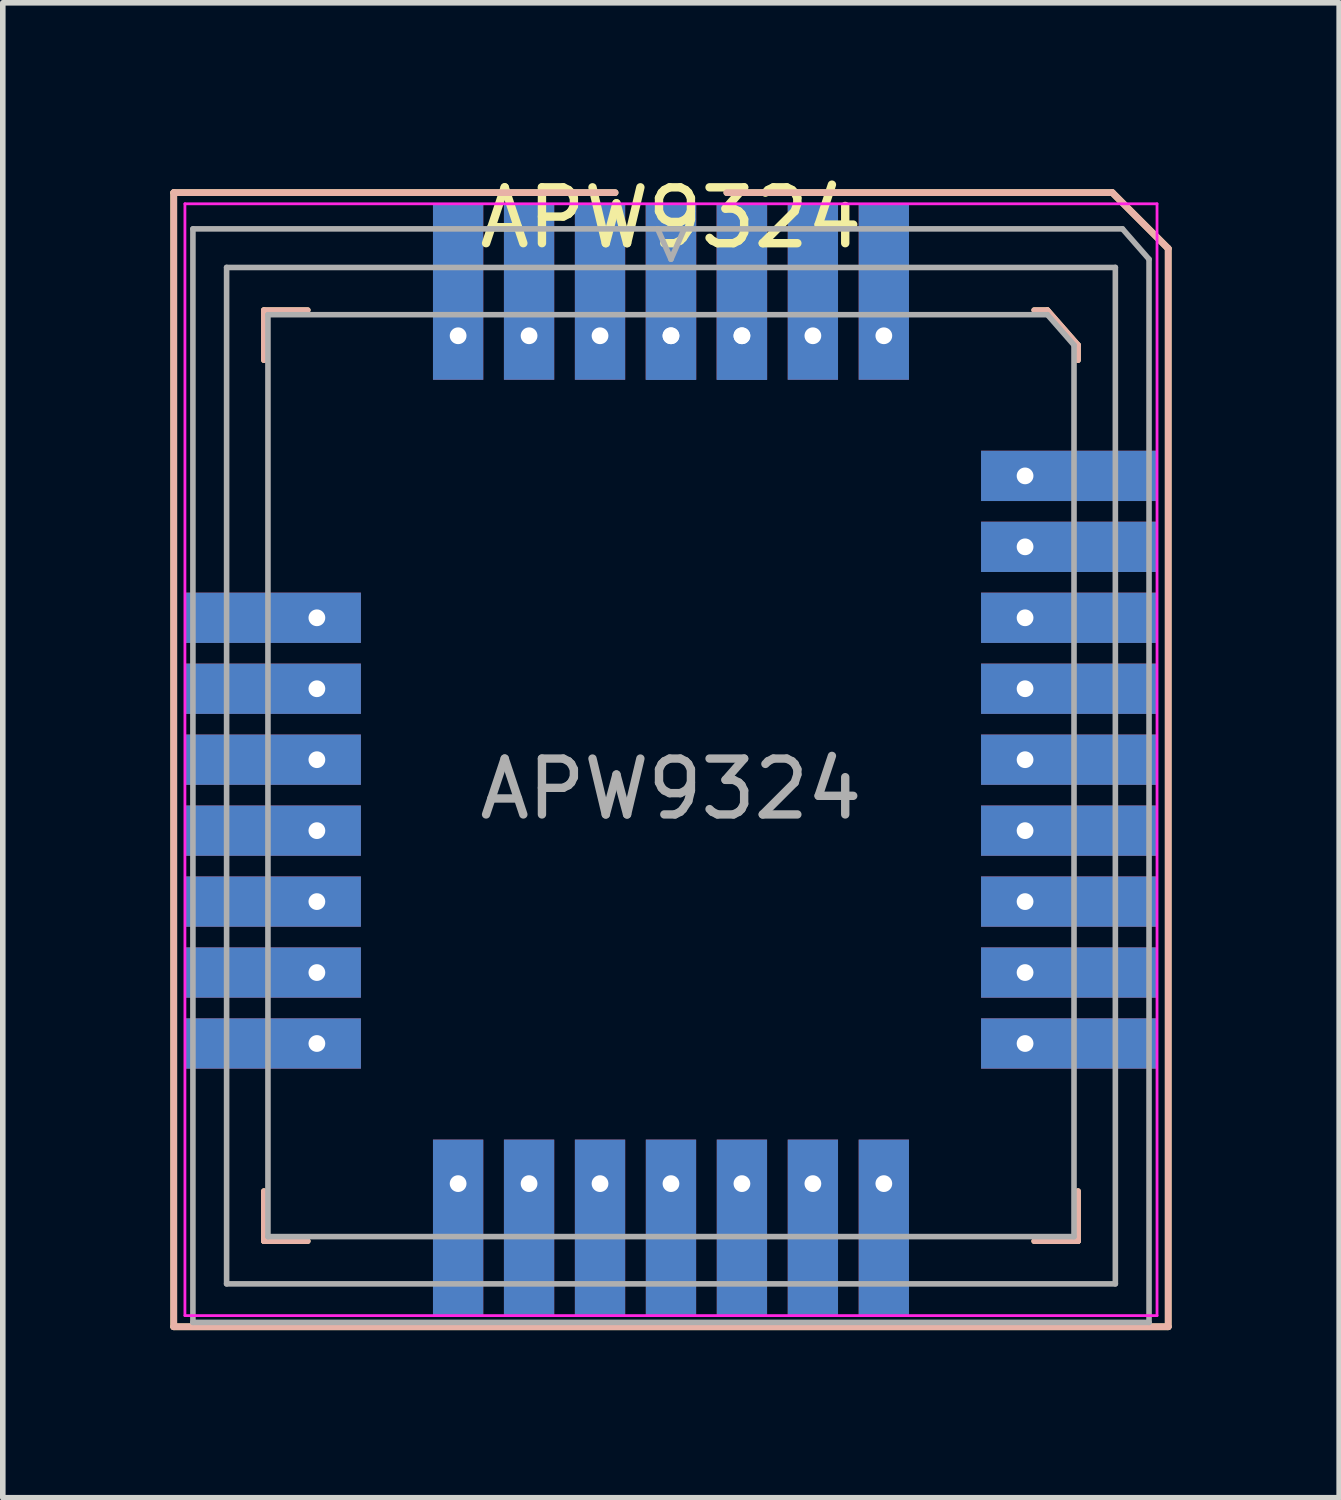
<source format=kicad_pcb>
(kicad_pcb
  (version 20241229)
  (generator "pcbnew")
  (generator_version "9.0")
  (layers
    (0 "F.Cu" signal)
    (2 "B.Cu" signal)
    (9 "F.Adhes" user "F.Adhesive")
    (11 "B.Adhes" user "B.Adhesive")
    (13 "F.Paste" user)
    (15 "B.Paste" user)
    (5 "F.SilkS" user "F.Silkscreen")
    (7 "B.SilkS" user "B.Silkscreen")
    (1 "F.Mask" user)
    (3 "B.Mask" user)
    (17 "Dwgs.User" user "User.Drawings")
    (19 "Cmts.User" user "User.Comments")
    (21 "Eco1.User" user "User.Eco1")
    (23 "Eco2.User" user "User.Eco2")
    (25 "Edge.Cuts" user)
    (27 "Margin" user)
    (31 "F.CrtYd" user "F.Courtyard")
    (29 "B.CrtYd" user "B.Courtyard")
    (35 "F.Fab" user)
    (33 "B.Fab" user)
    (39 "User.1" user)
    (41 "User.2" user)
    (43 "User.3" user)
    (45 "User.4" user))
  (footprint "APW9324"
    (layer "F.Cu")
    (at 8.96 10.548)
    (property "Reference" "APW9324" (at 0 -9.7 180) (layer "F.SilkS") (effects (font (size 1 1) (thickness 0.15))))
    (attr smd)
    (fp_line (start -8.9 -10.15) (end -1 -10.15) (stroke (width 0.12) (type solid)) (layer "F.SilkS"))
    (fp_line (start -8.9 10.15) (end -8.9 -10.15) (stroke (width 0.12) (type solid)) (layer "F.SilkS"))
    (fp_line (start -7.286 -8.047) (end -7.286 -7.15) (stroke (width 0.1) (type solid)) (layer "F.SilkS"))
    (fp_line (start -7.286 8.618) (end -7.286 7.721) (stroke (width 0.1) (type solid)) (layer "F.SilkS"))
    (fp_line (start -6.501 -8.047) (end -7.286 -8.047) (stroke (width 0.1) (type solid)) (layer "F.SilkS"))
    (fp_line (start -6.501 8.618) (end -7.286 8.618) (stroke (width 0.1) (type solid)) (layer "F.SilkS"))
    (fp_line (start 1 -10.15) (end 7.9 -10.15) (stroke (width 0.12) (type solid)) (layer "F.SilkS"))
    (fp_line (start 6.501 -8.047) (end 6.739 -8.047) (stroke (width 0.1) (type solid)) (layer "F.SilkS"))
    (fp_line (start 6.501 8.618) (end 7.286 8.618) (stroke (width 0.1) (type solid)) (layer "F.SilkS"))
    (fp_line (start 6.739 -8.047) (end 7.286 -7.422) (stroke (width 0.1) (type solid)) (layer "F.SilkS"))
    (fp_line (start 7.286 -7.422) (end 7.286 -7.15) (stroke (width 0.1) (type solid)) (layer "F.SilkS"))
    (fp_line (start 7.286 8.618) (end 7.286 7.721) (stroke (width 0.1) (type solid)) (layer "F.SilkS"))
    (fp_line (start 7.9 -10.15) (end 8.9 -9.15) (stroke (width 0.12) (type solid)) (layer "F.SilkS"))
    (fp_line (start 8.9 -9.15) (end 8.9 10.15) (stroke (width 0.12) (type solid)) (layer "F.SilkS"))
    (fp_line (start 8.9 10.15) (end -8.9 10.15) (stroke (width 0.12) (type solid)) (layer "F.SilkS"))
    (fp_line (start -8.9 -10.15) (end -1 -10.15) (stroke (width 0.12) (type solid)) (layer "B.SilkS"))
    (fp_line (start -8.9 10.15) (end -8.9 -10.15) (stroke (width 0.12) (type solid)) (layer "B.SilkS"))
    (fp_line (start -7.286 -8.047) (end -7.286 -7.15) (stroke (width 0.1) (type solid)) (layer "B.SilkS"))
    (fp_line (start -7.286 8.618) (end -7.286 7.721) (stroke (width 0.1) (type solid)) (layer "B.SilkS"))
    (fp_line (start -6.501 -8.047) (end -7.286 -8.047) (stroke (width 0.1) (type solid)) (layer "B.SilkS"))
    (fp_line (start -6.501 8.618) (end -7.286 8.618) (stroke (width 0.1) (type solid)) (layer "B.SilkS"))
    (fp_line (start 1 -10.15) (end 7.9 -10.15) (stroke (width 0.12) (type solid)) (layer "B.SilkS"))
    (fp_line (start 6.501 -8.047) (end 6.739 -8.047) (stroke (width 0.1) (type solid)) (layer "B.SilkS"))
    (fp_line (start 6.501 8.618) (end 7.286 8.618) (stroke (width 0.1) (type solid)) (layer "B.SilkS"))
    (fp_line (start 6.739 -8.047) (end 7.286 -7.422) (stroke (width 0.1) (type solid)) (layer "B.SilkS"))
    (fp_line (start 7.286 -7.422) (end 7.286 -7.15) (stroke (width 0.1) (type solid)) (layer "B.SilkS"))
    (fp_line (start 7.286 8.618) (end 7.286 7.721) (stroke (width 0.1) (type solid)) (layer "B.SilkS"))
    (fp_line (start 7.9 -10.15) (end 8.9 -9.15) (stroke (width 0.12) (type solid)) (layer "B.SilkS"))
    (fp_line (start 8.9 -9.15) (end 8.9 10.15) (stroke (width 0.12) (type solid)) (layer "B.SilkS"))
    (fp_line (start 8.9 10.15) (end -8.9 10.15) (stroke (width 0.12) (type solid)) (layer "B.SilkS"))
    (fp_line (start -8.7 -9.95) (end 8.7 -9.95) (stroke (width 0.05) (type solid)) (layer "F.CrtYd"))
    (fp_line (start -8.7 9.95) (end -8.7 -9.95) (stroke (width 0.05) (type solid)) (layer "F.CrtYd"))
    (fp_line (start 8.7 -9.95) (end 8.7 9.95) (stroke (width 0.05) (type solid)) (layer "F.CrtYd"))
    (fp_line (start 8.7 9.95) (end -8.7 9.95) (stroke (width 0.05) (type solid)) (layer "F.CrtYd"))
    (fp_line (start -8.557 -9.501) (end 8.082 -9.501) (stroke (width 0.1) (type solid)) (layer "F.Fab"))
    (fp_line (start -8.557 10.072) (end -8.557 -9.501) (stroke (width 0.1) (type solid)) (layer "F.Fab"))
    (fp_line (start -7.954 -8.811) (end 7.954 -8.811) (stroke (width 0.1) (type solid)) (layer "F.Fab"))
    (fp_line (start -7.954 9.382) (end -7.954 -8.811) (stroke (width 0.1) (type solid)) (layer "F.Fab"))
    (fp_line (start -7.214 -7.965) (end 6.739 -7.965) (stroke (width 0.1) (type solid)) (layer "F.Fab"))
    (fp_line (start -7.214 8.536) (end -7.214 -7.965) (stroke (width 0.1) (type solid)) (layer "F.Fab"))
    (fp_line (start 0 -8.958) (end -0.238 -9.501) (stroke (width 0.1) (type solid)) (layer "F.Fab"))
    (fp_line (start 0.238 -9.501) (end 0 -8.958) (stroke (width 0.1) (type solid)) (layer "F.Fab"))
    (fp_line (start 6.739 -7.965) (end 7.214 -7.422) (stroke (width 0.1) (type solid)) (layer "F.Fab"))
    (fp_line (start 7.214 -7.422) (end 7.214 8.536) (stroke (width 0.1) (type solid)) (layer "F.Fab"))
    (fp_line (start 7.214 8.536) (end -7.214 8.536) (stroke (width 0.1) (type solid)) (layer "F.Fab"))
    (fp_line (start 7.954 -8.811) (end 7.954 9.382) (stroke (width 0.1) (type solid)) (layer "F.Fab"))
    (fp_line (start 7.954 9.382) (end -7.954 9.382) (stroke (width 0.1) (type solid)) (layer "F.Fab"))
    (fp_line (start 8.082 -9.501) (end 8.557 -8.958) (stroke (width 0.1) (type solid)) (layer "F.Fab"))
    (fp_line (start 8.557 -8.958) (end 8.557 10.072) (stroke (width 0.1) (type solid)) (layer "F.Fab"))
    (fp_line (start 8.557 10.072) (end -8.557 10.072) (stroke (width 0.1) (type solid)) (layer "F.Fab"))
    (fp_text user "${REFERENCE}" (at 0 0.525 180) (layer "F.Fab") (effects (font (size 1 1) (thickness 0.15))))
    (pad "1" thru_hole rect (at 0 -7.588) (size 0.9 3.15) (drill 0.3 (offset 0 -0.787)) (layers "*.Cu" "*.Mask"))
    (pad "2" thru_hole rect (at 1.27 -7.588) (size 0.9 3.15) (drill 0.3 (offset 0 -0.787)) (layers "*.Cu" "*.Mask"))
    (pad "3" thru_hole rect (at 2.54 -7.588) (size 0.9 3.15) (drill 0.3 (offset 0 -0.787)) (layers "*.Cu" "*.Mask"))
    (pad "4" thru_hole rect (at 3.81 -7.588) (size 0.9 3.15) (drill 0.3 (offset 0 -0.787)) (layers "*.Cu" "*.Mask"))
    (pad "5" thru_hole rect (at 6.338 -5.08) (size 3.15 0.9) (drill 0.3 (offset 0.787 0)) (layers "*.Cu" "*.Mask"))
    (pad "6" thru_hole rect (at 6.338 -3.81) (size 3.15 0.9) (drill 0.3 (offset 0.787 0)) (layers "*.Cu" "*.Mask"))
    (pad "7" thru_hole rect (at 6.338 -2.54) (size 3.15 0.9) (drill 0.3 (offset 0.787 0)) (layers "*.Cu" "*.Mask"))
    (pad "8" thru_hole rect (at 6.338 -1.27) (size 3.15 0.9) (drill 0.3 (offset 0.787 0)) (layers "*.Cu" "*.Mask"))
    (pad "9" thru_hole rect (at 6.338 0) (size 3.15 0.9) (drill 0.3 (offset 0.787 0)) (layers "*.Cu" "*.Mask"))
    (pad "10" thru_hole rect (at 6.338 1.27) (size 3.15 0.9) (drill 0.3 (offset 0.787 0)) (layers "*.Cu" "*.Mask"))
    (pad "11" thru_hole rect (at 6.338 2.54) (size 3.15 0.9) (drill 0.3 (offset 0.787 0)) (layers "*.Cu" "*.Mask"))
    (pad "12" thru_hole rect (at 6.338 3.81) (size 3.15 0.9) (drill 0.3 (offset 0.787 0)) (layers "*.Cu" "*.Mask"))
    (pad "13" thru_hole rect (at 6.338 5.08) (size 3.15 0.9) (drill 0.3 (offset 0.787 0)) (layers "*.Cu" "*.Mask"))
    (pad "14" thru_hole rect (at 3.81 7.588) (size 0.9 3.15) (drill 0.3 (offset 0 0.787)) (layers "*.Cu" "*.Mask"))
    (pad "15" thru_hole rect (at 2.54 7.588) (size 0.9 3.15) (drill 0.3 (offset 0 0.787)) (layers "*.Cu" "*.Mask"))
    (pad "16" thru_hole rect (at 1.27 7.588) (size 0.9 3.15) (drill 0.3 (offset 0 0.787)) (layers "*.Cu" "*.Mask"))
    (pad "17" thru_hole rect (at 0 7.588) (size 0.9 3.15) (drill 0.3 (offset 0 0.787)) (layers "*.Cu" "*.Mask"))
    (pad "18" thru_hole rect (at -1.27 7.588) (size 0.9 3.15) (drill 0.3 (offset 0 0.787)) (layers "*.Cu" "*.Mask"))
    (pad "19" thru_hole rect (at -2.54 7.588) (size 0.9 3.15) (drill 0.3 (offset 0 0.787)) (layers "*.Cu" "*.Mask"))
    (pad "20" thru_hole rect (at -3.81 7.588) (size 0.9 3.15) (drill 0.3 (offset 0 0.787)) (layers "*.Cu" "*.Mask"))
    (pad "21" thru_hole rect (at -6.338 5.08) (size 3.15 0.9) (drill 0.3 (offset -0.787 0)) (layers "*.Cu" "*.Mask"))
    (pad "22" thru_hole rect (at -6.338 3.81) (size 3.15 0.9) (drill 0.3 (offset -0.787 0)) (layers "*.Cu" "*.Mask"))
    (pad "23" thru_hole rect (at -6.338 2.54) (size 3.15 0.9) (drill 0.3 (offset -0.787 0)) (layers "*.Cu" "*.Mask"))
    (pad "24" thru_hole rect (at -6.338 1.27) (size 3.15 0.9) (drill 0.3 (offset -0.787 0)) (layers "*.Cu" "*.Mask"))
    (pad "25" thru_hole rect (at -6.338 0) (size 3.15 0.9) (drill 0.3 (offset -0.787 0)) (layers "*.Cu" "*.Mask"))
    (pad "26" thru_hole rect (at -6.338 -1.27) (size 3.15 0.9) (drill 0.3 (offset -0.787 0)) (layers "*.Cu" "*.Mask"))
    (pad "27" thru_hole rect (at -6.338 -2.54) (size 3.15 0.9) (drill 0.3 (offset -0.787 0)) (layers "*.Cu" "*.Mask"))
    (pad "28" thru_hole rect (at -3.81 -7.588) (size 0.9 3.15) (drill 0.3 (offset 0 -0.787)) (layers "*.Cu" "*.Mask"))
    (pad "29" thru_hole rect (at -2.54 -7.588) (size 0.9 3.15) (drill 0.3 (offset 0 -0.787)) (layers "*.Cu" "*.Mask"))
    (pad "30" thru_hole rect (at -1.27 -7.588) (size 0.9 3.15) (drill 0.3 (offset 0 -0.787)) (layers "*.Cu" "*.Mask"))
    (pad "31" thru_hole rect (at 0 -7.588) (size 0.9 3.15) (drill 0.3 (offset 0 -0.787)) (layers "*.Cu" "*.Mask"))
    (pad "32" thru_hole rect (at 1.27 -7.588) (size 0.9 3.15) (drill 0.3 (offset 0 -0.787)) (layers "*.Cu" "*.Mask")))
  (gr_rect
    (start -3 -3)
    (end 20.92 23.758)
    (stroke (width 0.1) (type default))
    (fill no)
    (layer "Edge.Cuts")))
</source>
